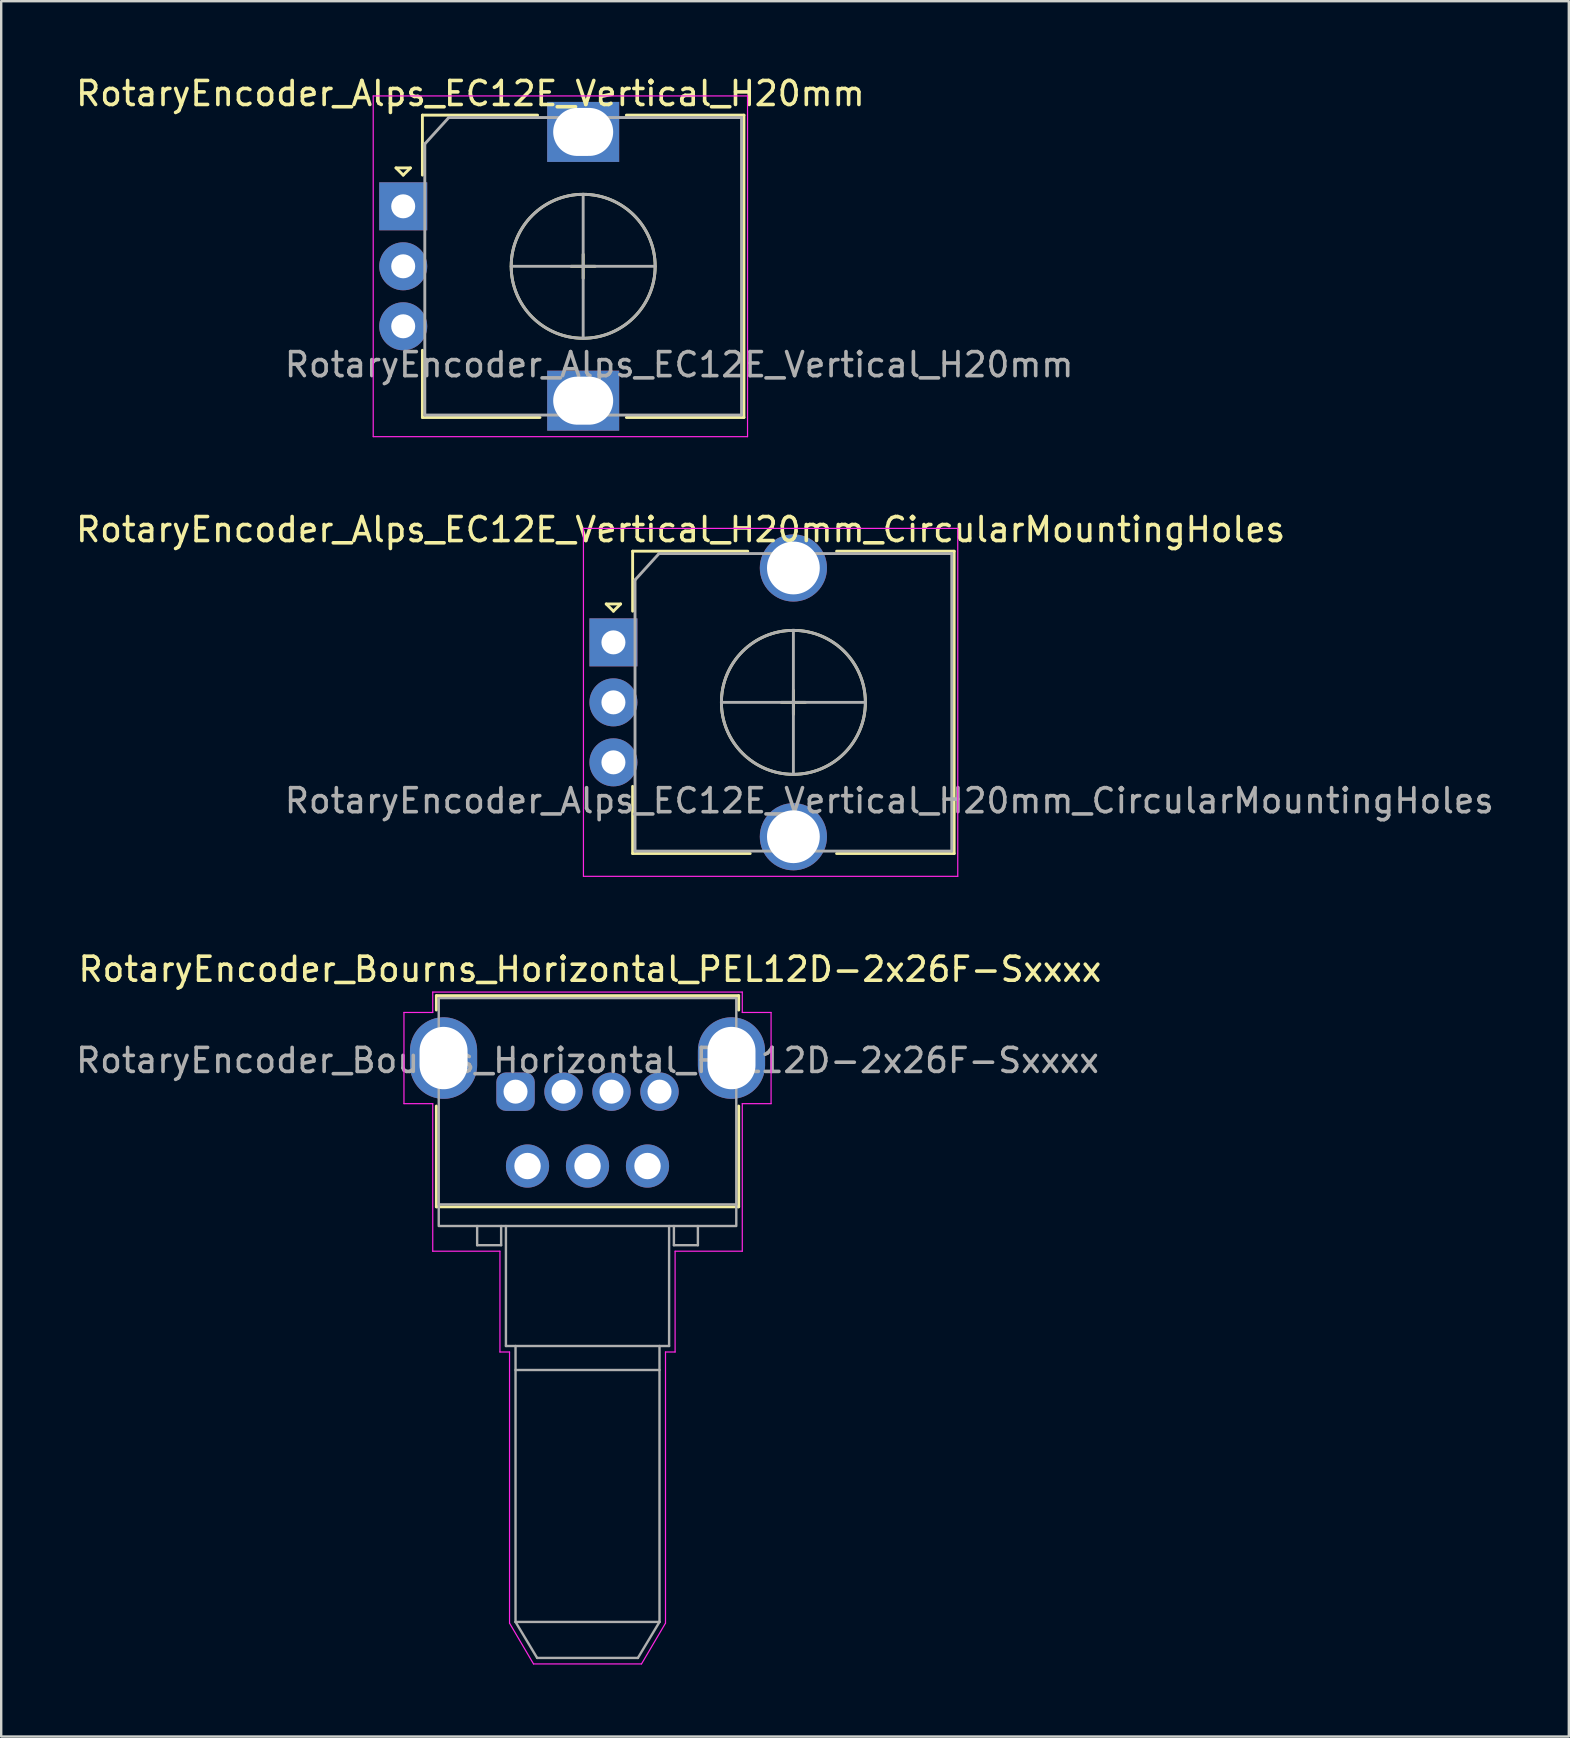
<source format=kicad_pcb>
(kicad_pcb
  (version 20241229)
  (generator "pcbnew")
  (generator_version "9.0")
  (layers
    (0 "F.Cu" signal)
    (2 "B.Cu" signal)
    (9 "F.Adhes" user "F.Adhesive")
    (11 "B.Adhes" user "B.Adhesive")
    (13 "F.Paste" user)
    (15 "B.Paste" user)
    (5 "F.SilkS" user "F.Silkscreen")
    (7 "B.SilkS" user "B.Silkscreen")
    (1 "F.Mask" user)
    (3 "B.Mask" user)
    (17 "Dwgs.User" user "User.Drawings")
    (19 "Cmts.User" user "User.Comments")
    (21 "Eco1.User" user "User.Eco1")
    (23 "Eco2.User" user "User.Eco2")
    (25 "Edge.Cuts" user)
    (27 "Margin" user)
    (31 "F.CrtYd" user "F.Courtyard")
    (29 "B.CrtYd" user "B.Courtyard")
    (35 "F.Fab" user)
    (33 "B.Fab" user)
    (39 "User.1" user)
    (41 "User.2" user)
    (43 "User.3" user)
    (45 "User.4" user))
  (footprint "RotaryEncoder_Alps_EC12E_Vertical_H20mm"
    (layer "F.Cu")
    (at 13.754 5.548)
    (property "Reference" "RotaryEncoder_Alps_EC12E_Vertical_H20mm" (at 2.8 -4.7 0) (layer "F.SilkS") (effects (font (size 1 1) (thickness 0.15))))
    (attr through_hole)
    (fp_line (start -0.3 -1.6) (end 0.3 -1.6) (stroke (width 0.12) (type solid)) (layer "F.SilkS"))
    (fp_line (start 0 -1.3) (end -0.3 -1.6) (stroke (width 0.12) (type solid)) (layer "F.SilkS"))
    (fp_line (start 0.3 -1.6) (end 0 -1.3) (stroke (width 0.12) (type solid)) (layer "F.SilkS"))
    (fp_line (start 0.8 -3.8) (end 0.8 -1.3) (stroke (width 0.12) (type solid)) (layer "F.SilkS"))
    (fp_line (start 0.8 8.8) (end 0.8 6) (stroke (width 0.12) (type solid)) (layer "F.SilkS"))
    (fp_line (start 5.6 -3.8) (end 0.8 -3.8) (stroke (width 0.12) (type solid)) (layer "F.SilkS"))
    (fp_line (start 5.7 8.8) (end 0.8 8.8) (stroke (width 0.12) (type solid)) (layer "F.SilkS"))
    (fp_line (start 7 2.5) (end 8 2.5) (stroke (width 0.12) (type solid)) (layer "F.SilkS"))
    (fp_line (start 7.5 2) (end 7.5 3) (stroke (width 0.12) (type solid)) (layer "F.SilkS"))
    (fp_line (start 9.3 -3.8) (end 14.2 -3.8) (stroke (width 0.12) (type solid)) (layer "F.SilkS"))
    (fp_line (start 14.2 -3.8) (end 14.2 8.8) (stroke (width 0.12) (type solid)) (layer "F.SilkS"))
    (fp_line (start 14.2 8.8) (end 9.3 8.8) (stroke (width 0.12) (type solid)) (layer "F.SilkS"))
    (fp_circle (center 7.5 2.5) (end 10.5 2.5) (stroke (width 0.12) (type solid)) (fill no) (layer "F.SilkS"))
    (fp_line (start -1.25 -4.6) (end -1.25 9.6) (stroke (width 0.05) (type solid)) (layer "F.CrtYd"))
    (fp_line (start -1.25 -4.6) (end 14.35 -4.6) (stroke (width 0.05) (type solid)) (layer "F.CrtYd"))
    (fp_line (start 14.35 9.6) (end -1.25 9.6) (stroke (width 0.05) (type solid)) (layer "F.CrtYd"))
    (fp_line (start 14.35 9.6) (end 14.35 -4.6) (stroke (width 0.05) (type solid)) (layer "F.CrtYd"))
    (fp_line (start 0.9 -2.6) (end 1.9 -3.7) (stroke (width 0.12) (type solid)) (layer "F.Fab"))
    (fp_line (start 0.9 8.7) (end 0.9 -2.6) (stroke (width 0.12) (type solid)) (layer "F.Fab"))
    (fp_line (start 1.9 -3.7) (end 14.1 -3.7) (stroke (width 0.12) (type solid)) (layer "F.Fab"))
    (fp_line (start 4.5 2.5) (end 10.5 2.5) (stroke (width 0.12) (type solid)) (layer "F.Fab"))
    (fp_line (start 7.5 -0.5) (end 7.5 5.5) (stroke (width 0.12) (type solid)) (layer "F.Fab"))
    (fp_line (start 14.1 -3.7) (end 14.1 8.7) (stroke (width 0.12) (type solid)) (layer "F.Fab"))
    (fp_line (start 14.1 8.7) (end 0.9 8.7) (stroke (width 0.12) (type solid)) (layer "F.Fab"))
    (fp_circle (center 7.5 2.5) (end 10.5 2.5) (stroke (width 0.12) (type solid)) (fill no) (layer "F.Fab"))
    (fp_text user "${REFERENCE}" (at 11.5 6.6 0) (layer "F.Fab") (effects (font (size 1 1) (thickness 0.15))))
    (pad "A" thru_hole rect (at 0 0) (size 2 2) (drill 1) (layers "*.Cu" "*.Mask"))
    (pad "B" thru_hole circle (at 0 5) (size 2 2) (drill 1) (layers "*.Cu" "*.Mask"))
    (pad "C" thru_hole circle (at 0 2.5) (size 2 2) (drill 1) (layers "*.Cu" "*.Mask"))
    (pad "MP" thru_hole rect (at 7.5 -3.1) (size 3 2.5) (drill oval 2.5 2) (layers "*.Cu" "*.Mask"))
    (pad "MP" thru_hole rect (at 7.5 8.1) (size 3 2.5) (drill oval 2.5 2) (layers "*.Cu" "*.Mask")))
  (footprint "RotaryEncoder_Alps_EC12E_Vertical_H20mm_CircularMountingHoles"
    (layer "F.Cu")
    (at 22.515 23.721)
    (property "Reference" "RotaryEncoder_Alps_EC12E_Vertical_H20mm_CircularMountingHoles" (at 2.8 -4.7 0) (layer "F.SilkS") (effects (font (size 1 1) (thickness 0.15))))
    (attr through_hole)
    (fp_line (start -0.3 -1.6) (end 0.3 -1.6) (stroke (width 0.12) (type solid)) (layer "F.SilkS"))
    (fp_line (start 0 -1.3) (end -0.3 -1.6) (stroke (width 0.12) (type solid)) (layer "F.SilkS"))
    (fp_line (start 0.3 -1.6) (end 0 -1.3) (stroke (width 0.12) (type solid)) (layer "F.SilkS"))
    (fp_line (start 0.8 -3.8) (end 0.8 -1.3) (stroke (width 0.12) (type solid)) (layer "F.SilkS"))
    (fp_line (start 0.8 8.8) (end 0.8 6) (stroke (width 0.12) (type solid)) (layer "F.SilkS"))
    (fp_line (start 5.6 -3.8) (end 0.8 -3.8) (stroke (width 0.12) (type solid)) (layer "F.SilkS"))
    (fp_line (start 5.7 8.8) (end 0.8 8.8) (stroke (width 0.12) (type solid)) (layer "F.SilkS"))
    (fp_line (start 7 2.5) (end 8 2.5) (stroke (width 0.12) (type solid)) (layer "F.SilkS"))
    (fp_line (start 7.5 2) (end 7.5 3) (stroke (width 0.12) (type solid)) (layer "F.SilkS"))
    (fp_line (start 9.3 -3.8) (end 14.2 -3.8) (stroke (width 0.12) (type solid)) (layer "F.SilkS"))
    (fp_line (start 14.2 -3.8) (end 14.2 8.8) (stroke (width 0.12) (type solid)) (layer "F.SilkS"))
    (fp_line (start 14.2 8.8) (end 9.3 8.8) (stroke (width 0.12) (type solid)) (layer "F.SilkS"))
    (fp_circle (center 7.5 2.5) (end 10.5 2.5) (stroke (width 0.12) (type solid)) (fill no) (layer "F.SilkS"))
    (fp_line (start -1.25 -4.75) (end -1.25 9.75) (stroke (width 0.05) (type solid)) (layer "F.CrtYd"))
    (fp_line (start -1.25 -4.75) (end 14.35 -4.75) (stroke (width 0.05) (type solid)) (layer "F.CrtYd"))
    (fp_line (start 14.35 9.75) (end -1.25 9.75) (stroke (width 0.05) (type solid)) (layer "F.CrtYd"))
    (fp_line (start 14.35 9.75) (end 14.35 -4.75) (stroke (width 0.05) (type solid)) (layer "F.CrtYd"))
    (fp_line (start 0.9 -2.6) (end 1.9 -3.7) (stroke (width 0.12) (type solid)) (layer "F.Fab"))
    (fp_line (start 0.9 8.7) (end 0.9 -2.6) (stroke (width 0.12) (type solid)) (layer "F.Fab"))
    (fp_line (start 1.9 -3.7) (end 14.1 -3.7) (stroke (width 0.12) (type solid)) (layer "F.Fab"))
    (fp_line (start 4.5 2.5) (end 10.5 2.5) (stroke (width 0.12) (type solid)) (layer "F.Fab"))
    (fp_line (start 7.5 -0.5) (end 7.5 5.5) (stroke (width 0.12) (type solid)) (layer "F.Fab"))
    (fp_line (start 14.1 -3.7) (end 14.1 8.7) (stroke (width 0.12) (type solid)) (layer "F.Fab"))
    (fp_line (start 14.1 8.7) (end 0.9 8.7) (stroke (width 0.12) (type solid)) (layer "F.Fab"))
    (fp_circle (center 7.5 2.5) (end 10.5 2.5) (stroke (width 0.12) (type solid)) (fill no) (layer "F.Fab"))
    (fp_text user "${REFERENCE}" (at 11.5 6.6 0) (layer "F.Fab") (effects (font (size 1 1) (thickness 0.15))))
    (pad "A" thru_hole rect (at 0 0) (size 2 2) (drill 1) (layers "*.Cu" "*.Mask"))
    (pad "B" thru_hole circle (at 0 5) (size 2 2) (drill 1) (layers "*.Cu" "*.Mask"))
    (pad "C" thru_hole circle (at 0 2.5) (size 2 2) (drill 1) (layers "*.Cu" "*.Mask"))
    (pad "MP" thru_hole circle (at 7.5 -3.1) (size 2.8 2.8) (drill 2.2) (layers "*.Cu" "*.Mask"))
    (pad "MP" thru_hole circle (at 7.5 8.1) (size 2.8 2.8) (drill 2.2) (layers "*.Cu" "*.Mask")))
  (footprint "RotaryEncoder_Bourns_Horizontal_PEL12D-2x26F-Sxxxx"
    (layer "F.Cu")
    (at 18.435 42.445)
    (property "Reference" "RotaryEncoder_Bourns_Horizontal_PEL12D-2x26F-Sxxxx" (at 3.1 -5.1 0) (layer "F.SilkS") (effects (font (size 1 1) (thickness 0.15))))
    (attr through_hole)
    (fp_line (start -3.3 -4) (end -3.3 -3.4) (stroke (width 0.12) (type default)) (layer "F.SilkS"))
    (fp_line (start -3.3 0.6) (end -3.3 4.8) (stroke (width 0.12) (type default)) (layer "F.SilkS"))
    (fp_line (start -3.3 4.8) (end 9.3 4.8) (stroke (width 0.12) (type default)) (layer "F.SilkS"))
    (fp_line (start 9.3 -4) (end -3.3 -4) (stroke (width 0.12) (type default)) (layer "F.SilkS"))
    (fp_line (start 9.3 -3.4) (end 9.3 -4) (stroke (width 0.12) (type default)) (layer "F.SilkS"))
    (fp_line (start 9.3 4.8) (end 9.3 0.6) (stroke (width 0.12) (type default)) (layer "F.SilkS"))
    (fp_line (start -4.65 -3.3) (end -4.65 0.5) (stroke (width 0.05) (type default)) (layer "F.CrtYd"))
    (fp_line (start -4.65 0.5) (end -3.45 0.5) (stroke (width 0.05) (type default)) (layer "F.CrtYd"))
    (fp_line (start -3.45 -4.15) (end -3.45 -3.3) (stroke (width 0.05) (type default)) (layer "F.CrtYd"))
    (fp_line (start -3.45 -3.3) (end -4.65 -3.3) (stroke (width 0.05) (type default)) (layer "F.CrtYd"))
    (fp_line (start -3.45 0.5) (end -3.45 6.65) (stroke (width 0.05) (type default)) (layer "F.CrtYd"))
    (fp_line (start -0.65 6.65) (end -3.45 6.65) (stroke (width 0.05) (type default)) (layer "F.CrtYd"))
    (fp_line (start -0.65 10.85) (end -0.65 6.65) (stroke (width 0.05) (type default)) (layer "F.CrtYd"))
    (fp_line (start -0.65 10.85) (end -0.25 10.85) (stroke (width 0.05) (type default)) (layer "F.CrtYd"))
    (fp_line (start -0.25 10.85) (end -0.25 22.15) (stroke (width 0.05) (type default)) (layer "F.CrtYd"))
    (fp_line (start -0.25 22.15) (end 0.75 23.85) (stroke (width 0.05) (type default)) (layer "F.CrtYd"))
    (fp_line (start 0.75 23.85) (end 5.25 23.85) (stroke (width 0.05) (type default)) (layer "F.CrtYd"))
    (fp_line (start 6.25 10.85) (end 6.65 10.85) (stroke (width 0.05) (type default)) (layer "F.CrtYd"))
    (fp_line (start 6.25 22.15) (end 5.25 23.85) (stroke (width 0.05) (type default)) (layer "F.CrtYd"))
    (fp_line (start 6.25 22.15) (end 6.25 10.85) (stroke (width 0.05) (type default)) (layer "F.CrtYd"))
    (fp_line (start 6.65 6.65) (end 9.45 6.65) (stroke (width 0.05) (type default)) (layer "F.CrtYd"))
    (fp_line (start 6.65 10.85) (end 6.65 6.65) (stroke (width 0.05) (type default)) (layer "F.CrtYd"))
    (fp_line (start 9.45 -4.15) (end -3.45 -4.15) (stroke (width 0.05) (type default)) (layer "F.CrtYd"))
    (fp_line (start 9.45 -3.3) (end 9.45 -4.15) (stroke (width 0.05) (type default)) (layer "F.CrtYd"))
    (fp_line (start 9.45 0.5) (end 10.65 0.5) (stroke (width 0.05) (type default)) (layer "F.CrtYd"))
    (fp_line (start 9.45 6.65) (end 9.45 0.5) (stroke (width 0.05) (type default)) (layer "F.CrtYd"))
    (fp_line (start 10.65 -3.3) (end 9.45 -3.3) (stroke (width 0.05) (type default)) (layer "F.CrtYd"))
    (fp_line (start 10.65 0.5) (end 10.65 -3.3) (stroke (width 0.05) (type default)) (layer "F.CrtYd"))
    (fp_line (start -1.6 5.6) (end -1.6 6.4) (stroke (width 0.1) (type default)) (layer "F.Fab"))
    (fp_line (start -1.6 6.4) (end -0.6 6.4) (stroke (width 0.1) (type default)) (layer "F.Fab"))
    (fp_line (start -0.6 6.4) (end -0.6 5.6) (stroke (width 0.1) (type default)) (layer "F.Fab"))
    (fp_line (start -0.4 10.6) (end -0.4 5.6) (stroke (width 0.1) (type default)) (layer "F.Fab"))
    (fp_line (start 0 22.1) (end 0 10.6) (stroke (width 0.1) (type default)) (layer "F.Fab"))
    (fp_line (start 0 22.1) (end 0.9 23.6) (stroke (width 0.1) (type default)) (layer "F.Fab"))
    (fp_line (start 0.9 23.6) (end 5.1 23.6) (stroke (width 0.1) (type default)) (layer "F.Fab"))
    (fp_line (start 6 10.6) (end 6 22.1) (stroke (width 0.1) (type default)) (layer "F.Fab"))
    (fp_line (start 6 11.6) (end 0 11.6) (stroke (width 0.1) (type default)) (layer "F.Fab"))
    (fp_line (start 6 22.1) (end 0 22.1) (stroke (width 0.1) (type default)) (layer "F.Fab"))
    (fp_line (start 6 22.1) (end 5.1 23.6) (stroke (width 0.1) (type default)) (layer "F.Fab"))
    (fp_line (start 6.4 5.6) (end 6.4 10.6) (stroke (width 0.1) (type default)) (layer "F.Fab"))
    (fp_line (start 6.4 10.6) (end -0.4 10.6) (stroke (width 0.1) (type default)) (layer "F.Fab"))
    (fp_line (start 6.6 6.4) (end 6.6 5.6) (stroke (width 0.1) (type default)) (layer "F.Fab"))
    (fp_line (start 7.6 5.6) (end 7.6 6.4) (stroke (width 0.1) (type default)) (layer "F.Fab"))
    (fp_line (start 7.6 6.4) (end 6.6 6.4) (stroke (width 0.1) (type default)) (layer "F.Fab"))
    (fp_line (start 9.2 4.7) (end -3.2 4.7) (stroke (width 0.1) (type default)) (layer "F.Fab"))
    (fp_rect (start -3.2 -3.9) (end 9.2 5.6) (stroke (width 0.1) (type default)) (fill no) (layer "F.Fab"))
    (fp_text user "${REFERENCE}" (at 3 -1.3 0) (layer "F.Fab") (effects (font (size 1 1) (thickness 0.15))))
    (pad "1" thru_hole roundrect (at 0 0 270) (size 1.6 1.6) (drill 1) (layers "*.Cu" "*.Mask") (roundrect_rratio 0.25))
    (pad "2" thru_hole circle (at 2 0 270) (size 1.6 1.6) (drill 1) (layers "*.Cu" "*.Mask"))
    (pad "3" thru_hole circle (at 4 0 270) (size 1.6 1.6) (drill 1) (layers "*.Cu" "*.Mask"))
    (pad "4" thru_hole circle (at 6 0 270) (size 1.6 1.6) (drill 1) (layers "*.Cu" "*.Mask"))
    (pad "A" thru_hole circle (at 0.5 3.1 270) (size 1.8 1.8) (drill 1.1) (layers "*.Cu" "*.Mask"))
    (pad "B" thru_hole circle (at 3 3.1 270) (size 1.8 1.8) (drill 1.1) (layers "*.Cu" "*.Mask"))
    (pad "C" thru_hole circle (at 5.5 3.1 270) (size 1.8 1.8) (drill 1.1) (layers "*.Cu" "*.Mask"))
    (pad "SH" thru_hole oval (at -3 -1.4 270) (size 3.4 2.8) (drill oval 2.6 2) (layers "*.Cu" "*.Mask"))
    (pad "SH" thru_hole oval (at 9 -1.4 270) (size 3.4 2.8) (drill oval 2.6 2) (layers "*.Cu" "*.Mask"))
    (zone (net_name "") (layer "F.Cu") (hatch edge 0.5) (connect_pads) (min_thickness 0.25) (filled_areas_thickness no) (keepout (tracks not_allowed) (vias not_allowed) (pads not_allowed) (copperpour allowed) (footprints allowed)) (placement (enabled no)) (fill) (polygon (pts (xy 15.735 39.245) (xy 15.735 38.345) (xy 15.035 38.345) (xy 15.035 39.245))))
    (zone (net_name "") (layer "F.Cu") (hatch edge 0.5) (connect_pads) (min_thickness 0.25) (filled_areas_thickness no) (keepout (tracks not_allowed) (vias not_allowed) (pads not_allowed) (copperpour allowed) (footprints allowed)) (placement (enabled no)) (fill) (polygon (pts (xy 27.835 39.245) (xy 27.835 38.345) (xy 27.135 38.345) (xy 27.135 39.245))))
    (zone (net_name "") (layers "F.Cu" "F.Fab") (hatch edge 0.5) (connect_pads) (min_thickness 0.25) (filled_areas_thickness no) (keepout (tracks not_allowed) (vias not_allowed) (pads not_allowed) (copperpour allowed) (footprints allowed)) (placement (enabled no)) (fill) (polygon (pts (xy 15.735 47.345) (xy 15.735 46.045) (xy 14.985 46.045) (xy 14.985 47.345))))
    (zone (net_name "") (layers "F.Cu" "F.Fab") (hatch edge 0.5) (connect_pads) (min_thickness 0.25) (filled_areas_thickness no) (keepout (tracks not_allowed) (vias not_allowed) (pads not_allowed) (copperpour allowed) (footprints allowed)) (placement (enabled no)) (fill) (polygon (pts (xy 27.885 47.395) (xy 27.885 46.095) (xy 27.135 46.095) (xy 27.135 47.395)))))
  (gr_rect
    (start -3 -3)
    (end 62.331 69.32)
    (stroke (width 0.1) (type default))
    (fill no)
    (layer "Edge.Cuts")))
</source>
